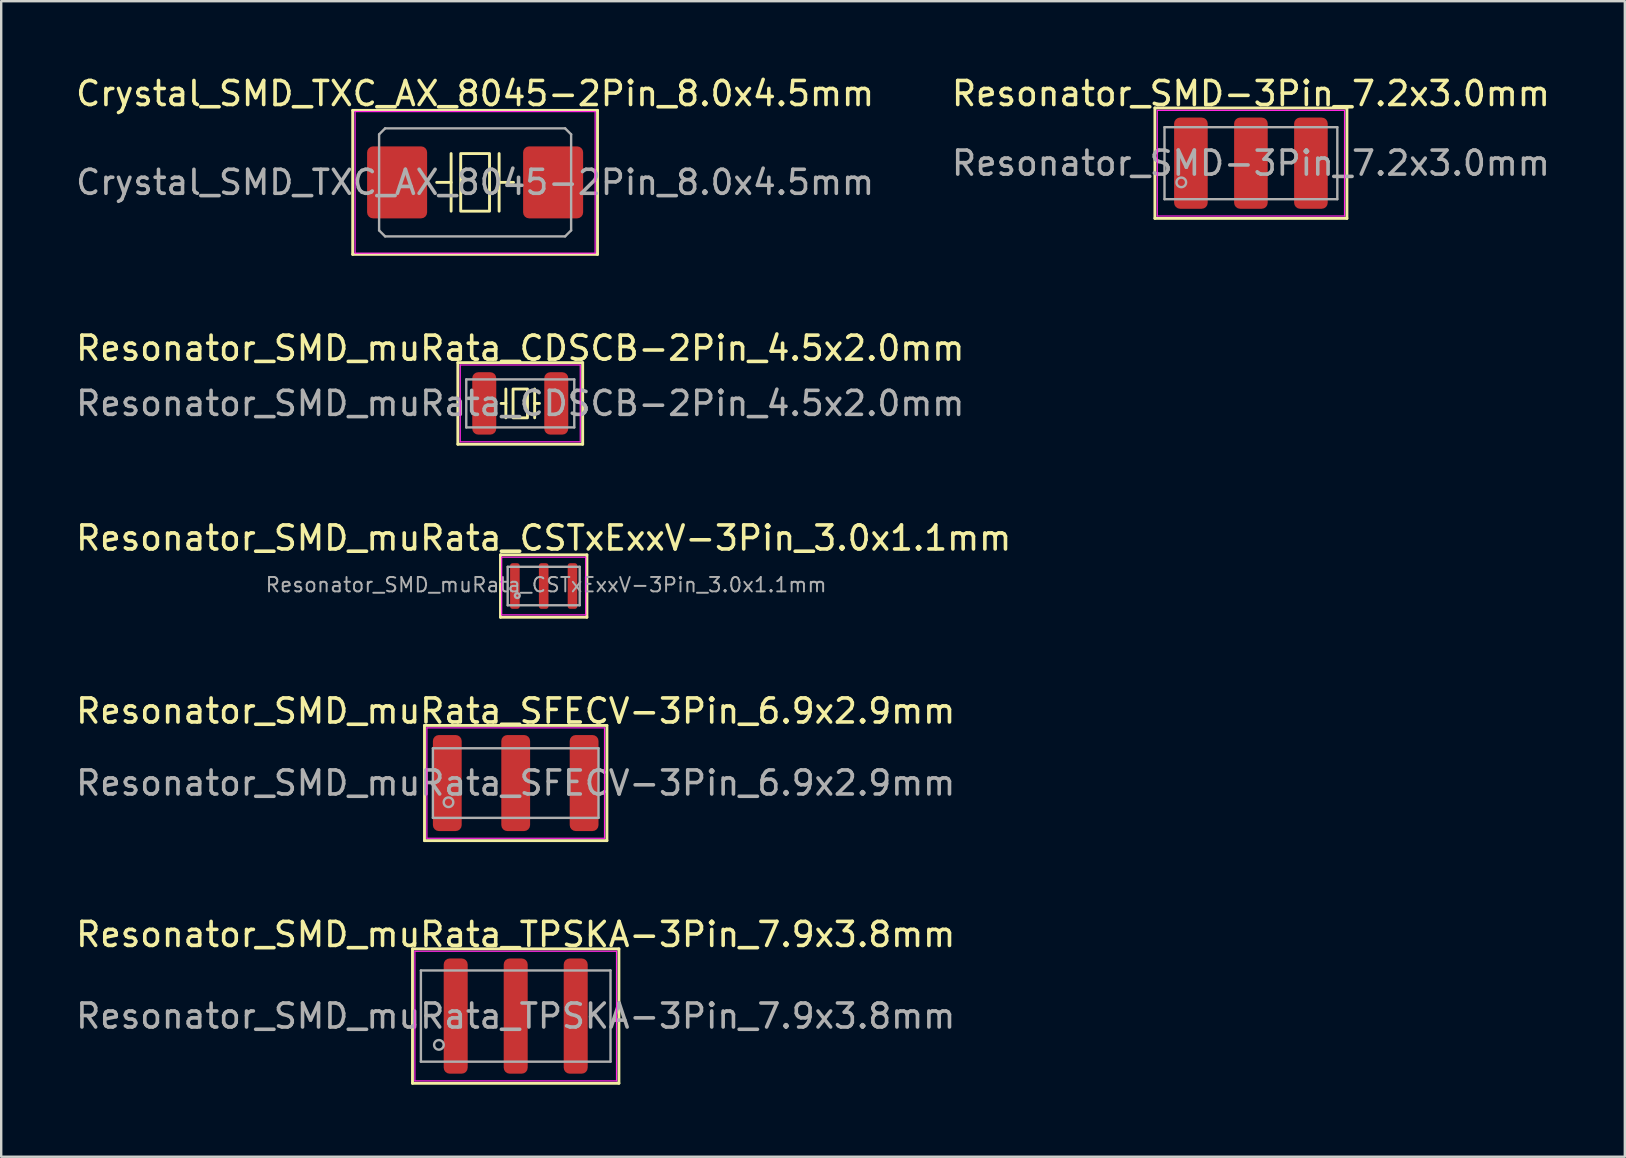
<source format=kicad_pcb>
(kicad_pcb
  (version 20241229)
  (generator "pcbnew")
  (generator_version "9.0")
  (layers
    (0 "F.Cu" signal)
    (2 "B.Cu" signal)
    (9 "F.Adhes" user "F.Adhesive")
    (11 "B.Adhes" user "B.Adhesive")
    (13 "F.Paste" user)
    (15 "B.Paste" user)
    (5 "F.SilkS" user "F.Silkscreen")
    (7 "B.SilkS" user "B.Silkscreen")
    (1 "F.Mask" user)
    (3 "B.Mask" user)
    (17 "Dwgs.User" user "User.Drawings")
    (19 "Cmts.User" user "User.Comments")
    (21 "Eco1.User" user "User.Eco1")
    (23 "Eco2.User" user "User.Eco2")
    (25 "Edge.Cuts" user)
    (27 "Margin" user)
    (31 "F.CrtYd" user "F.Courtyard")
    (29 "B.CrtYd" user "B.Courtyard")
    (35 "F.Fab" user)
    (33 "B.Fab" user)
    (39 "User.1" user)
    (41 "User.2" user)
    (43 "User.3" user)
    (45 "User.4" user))
  (footprint "Resonator_SMD-3Pin_7.2x3.0mm"
    (layer "F.Cu")
    (at 49.065 3.748)
    (property "Reference" "Resonator_SMD-3Pin_7.2x3.0mm" (at 0 -2.9 0) (layer "F.SilkS") (effects (font (size 1 1) (thickness 0.15))))
    (attr smd)
    (fp_line (start -4 -2.3) (end -4 2.3) (stroke (width 0.12) (type solid)) (layer "F.SilkS"))
    (fp_line (start -4 2.3) (end 4 2.3) (stroke (width 0.12) (type solid)) (layer "F.SilkS"))
    (fp_line (start 4 -2.3) (end -4 -2.3) (stroke (width 0.12) (type solid)) (layer "F.SilkS"))
    (fp_line (start 4 2.3) (end 4 -2.3) (stroke (width 0.12) (type solid)) (layer "F.SilkS"))
    (fp_line (start -3.9 -2.2) (end -3.9 2.2) (stroke (width 0.05) (type solid)) (layer "F.CrtYd"))
    (fp_line (start -3.9 2.2) (end 3.9 2.2) (stroke (width 0.05) (type solid)) (layer "F.CrtYd"))
    (fp_line (start 3.9 -2.2) (end -3.9 -2.2) (stroke (width 0.05) (type solid)) (layer "F.CrtYd"))
    (fp_line (start 3.9 2.2) (end 3.9 -2.2) (stroke (width 0.05) (type solid)) (layer "F.CrtYd"))
    (fp_line (start -3.6 -1.5) (end -3.6 1.5) (stroke (width 0.1) (type solid)) (layer "F.Fab"))
    (fp_line (start -3.6 1.5) (end 3.6 1.5) (stroke (width 0.1) (type solid)) (layer "F.Fab"))
    (fp_line (start 3.6 -1.5) (end -3.6 -1.5) (stroke (width 0.1) (type solid)) (layer "F.Fab"))
    (fp_line (start 3.6 1.5) (end 3.6 -1.5) (stroke (width 0.1) (type solid)) (layer "F.Fab"))
    (fp_circle (center -2.9 0.8) (end -2.7 0.8) (stroke (width 0.1) (type solid)) (fill no) (layer "F.Fab"))
    (fp_text user "${REFERENCE}" (at 0 0 0) (layer "F.Fab") (effects (font (size 1 1) (thickness 0.15))))
    (pad "1" smd roundrect (at -2.5 0) (size 1.4 3.8) (layers "F.Cu" "F.Mask" "F.Paste") (roundrect_rratio 0.179))
    (pad "2" smd roundrect (at 0 0) (size 1.4 3.8) (layers "F.Cu" "F.Mask" "F.Paste") (roundrect_rratio 0.179))
    (pad "3" smd roundrect (at 2.5 0) (size 1.4 3.8) (layers "F.Cu" "F.Mask" "F.Paste") (roundrect_rratio 0.179)))
  (footprint "Resonator_SMD_muRata_TPSKA-3Pin_7.9x3.8mm"
    (layer "F.Cu")
    (at 18.435 39.281)
    (property "Reference" "Resonator_SMD_muRata_TPSKA-3Pin_7.9x3.8mm" (at 0 -3.4 0) (layer "F.SilkS") (effects (font (size 1 1) (thickness 0.15))))
    (attr smd)
    (fp_line (start -4.3 -2.8) (end -4.3 2.8) (stroke (width 0.12) (type solid)) (layer "F.SilkS"))
    (fp_line (start -4.3 2.8) (end 4.3 2.8) (stroke (width 0.12) (type solid)) (layer "F.SilkS"))
    (fp_line (start 4.3 -2.8) (end -4.3 -2.8) (stroke (width 0.12) (type solid)) (layer "F.SilkS"))
    (fp_line (start 4.3 2.8) (end 4.3 -2.8) (stroke (width 0.12) (type solid)) (layer "F.SilkS"))
    (fp_line (start -4.2 -2.7) (end -4.2 2.7) (stroke (width 0.05) (type solid)) (layer "F.CrtYd"))
    (fp_line (start -4.2 2.7) (end 4.2 2.7) (stroke (width 0.05) (type solid)) (layer "F.CrtYd"))
    (fp_line (start 4.2 -2.7) (end -4.2 -2.7) (stroke (width 0.05) (type solid)) (layer "F.CrtYd"))
    (fp_line (start 4.2 2.7) (end 4.2 -2.7) (stroke (width 0.05) (type solid)) (layer "F.CrtYd"))
    (fp_line (start -3.95 -1.9) (end -3.95 1.9) (stroke (width 0.1) (type solid)) (layer "F.Fab"))
    (fp_line (start -3.95 1.9) (end 3.95 1.9) (stroke (width 0.1) (type solid)) (layer "F.Fab"))
    (fp_line (start 3.95 -1.9) (end -3.95 -1.9) (stroke (width 0.1) (type solid)) (layer "F.Fab"))
    (fp_line (start 3.95 1.9) (end 3.95 -1.9) (stroke (width 0.1) (type solid)) (layer "F.Fab"))
    (fp_circle (center -3.2 1.2) (end -3 1.2) (stroke (width 0.1) (type solid)) (fill no) (layer "F.Fab"))
    (fp_text user "${REFERENCE}" (at 0 0 0) (layer "F.Fab") (effects (font (size 1 1) (thickness 0.15))))
    (pad "1" smd roundrect (at -2.5 0) (size 1 4.8) (layers "F.Cu" "F.Mask" "F.Paste") (roundrect_rratio 0.25))
    (pad "2" smd roundrect (at 0 0) (size 1 4.8) (layers "F.Cu" "F.Mask" "F.Paste") (roundrect_rratio 0.25))
    (pad "3" smd roundrect (at 2.5 0) (size 1 4.8) (layers "F.Cu" "F.Mask" "F.Paste") (roundrect_rratio 0.25)))
  (footprint "Resonator_SMD_muRata_CDSCB-2Pin_4.5x2.0mm"
    (layer "F.Cu")
    (at 18.625 13.757)
    (property "Reference" "Resonator_SMD_muRata_CDSCB-2Pin_4.5x2.0mm" (at 0 -2.3 0) (layer "F.SilkS") (effects (font (size 1 1) (thickness 0.15))))
    (attr smd)
    (fp_line (start -2.6 -1.7) (end -2.6 1.7) (stroke (width 0.12) (type solid)) (layer "F.SilkS"))
    (fp_line (start -2.6 1.7) (end 2.6 1.7) (stroke (width 0.12) (type solid)) (layer "F.SilkS"))
    (fp_line (start -0.6 -0.6) (end -0.6 0.6) (stroke (width 0.12) (type solid)) (layer "F.SilkS"))
    (fp_line (start -0.6 0) (end -0.8 0) (stroke (width 0.12) (type solid)) (layer "F.SilkS"))
    (fp_line (start 0.6 -0.6) (end 0.6 0.6) (stroke (width 0.12) (type solid)) (layer "F.SilkS"))
    (fp_line (start 0.6 0) (end 0.8 0) (stroke (width 0.12) (type solid)) (layer "F.SilkS"))
    (fp_line (start 2.6 -1.7) (end -2.6 -1.7) (stroke (width 0.12) (type solid)) (layer "F.SilkS"))
    (fp_line (start 2.6 1.7) (end 2.6 -1.7) (stroke (width 0.12) (type solid)) (layer "F.SilkS"))
    (fp_rect (start -0.3 -0.6) (end 0.3 0.6) (stroke (width 0.12) (type solid)) (fill no) (layer "F.SilkS"))
    (fp_line (start -2.5 -1.6) (end -2.5 1.6) (stroke (width 0.05) (type solid)) (layer "F.CrtYd"))
    (fp_line (start -2.5 1.6) (end 2.5 1.6) (stroke (width 0.05) (type solid)) (layer "F.CrtYd"))
    (fp_line (start 2.5 -1.6) (end -2.5 -1.6) (stroke (width 0.05) (type solid)) (layer "F.CrtYd"))
    (fp_line (start 2.5 1.6) (end 2.5 -1.6) (stroke (width 0.05) (type solid)) (layer "F.CrtYd"))
    (fp_line (start -2.25 -1) (end -2.25 1) (stroke (width 0.1) (type solid)) (layer "F.Fab"))
    (fp_line (start -2.25 1) (end 2.25 1) (stroke (width 0.1) (type solid)) (layer "F.Fab"))
    (fp_line (start 2.25 -1) (end -2.25 -1) (stroke (width 0.1) (type solid)) (layer "F.Fab"))
    (fp_line (start 2.25 1) (end 2.25 -1) (stroke (width 0.1) (type solid)) (layer "F.Fab"))
    (fp_text user "${REFERENCE}" (at 0 0 0) (layer "F.Fab") (effects (font (size 1 1) (thickness 0.15))))
    (pad "1" smd roundrect (at -1.5 0) (size 1 2.6) (layers "F.Cu" "F.Mask" "F.Paste") (roundrect_rratio 0.25))
    (pad "2" smd roundrect (at 1.5 0) (size 1 2.6) (layers "F.Cu" "F.Mask" "F.Paste") (roundrect_rratio 0.25)))
  (footprint "Resonator_SMD_muRata_SFECV-3Pin_6.9x2.9mm"
    (layer "F.Cu")
    (at 18.435 29.573)
    (property "Reference" "Resonator_SMD_muRata_SFECV-3Pin_6.9x2.9mm" (at 0 -3 0) (layer "F.SilkS") (effects (font (size 1 1) (thickness 0.15))))
    (attr smd)
    (fp_line (start -3.8 -2.4) (end -3.8 2.4) (stroke (width 0.12) (type solid)) (layer "F.SilkS"))
    (fp_line (start -3.8 2.4) (end 3.8 2.4) (stroke (width 0.12) (type solid)) (layer "F.SilkS"))
    (fp_line (start 3.8 -2.4) (end -3.8 -2.4) (stroke (width 0.12) (type solid)) (layer "F.SilkS"))
    (fp_line (start 3.8 2.4) (end 3.8 -2.4) (stroke (width 0.12) (type solid)) (layer "F.SilkS"))
    (fp_line (start -3.7 -2.3) (end -3.7 2.3) (stroke (width 0.05) (type solid)) (layer "F.CrtYd"))
    (fp_line (start -3.7 2.3) (end 3.7 2.3) (stroke (width 0.05) (type solid)) (layer "F.CrtYd"))
    (fp_line (start 3.7 -2.3) (end -3.7 -2.3) (stroke (width 0.05) (type solid)) (layer "F.CrtYd"))
    (fp_line (start 3.7 2.3) (end 3.7 -2.3) (stroke (width 0.05) (type solid)) (layer "F.CrtYd"))
    (fp_line (start -3.45 -1.45) (end -3.45 1.45) (stroke (width 0.1) (type solid)) (layer "F.Fab"))
    (fp_line (start -3.45 1.45) (end 3.45 1.45) (stroke (width 0.1) (type solid)) (layer "F.Fab"))
    (fp_line (start 3.45 -1.45) (end -3.45 -1.45) (stroke (width 0.1) (type solid)) (layer "F.Fab"))
    (fp_line (start 3.45 1.45) (end 3.45 -1.45) (stroke (width 0.1) (type solid)) (layer "F.Fab"))
    (fp_circle (center -2.8 0.8) (end -2.6 0.8) (stroke (width 0.1) (type solid)) (fill no) (layer "F.Fab"))
    (fp_text user "${REFERENCE}" (at 0 0 0) (layer "F.Fab") (effects (font (size 1 1) (thickness 0.15))))
    (pad "1" smd roundrect (at -2.85 0) (size 1.2 4) (layers "F.Cu" "F.Mask" "F.Paste") (roundrect_rratio 0.208))
    (pad "2" smd roundrect (at 0 0) (size 1.2 4) (layers "F.Cu" "F.Mask" "F.Paste") (roundrect_rratio 0.208))
    (pad "3" smd roundrect (at 2.85 0) (size 1.2 4) (layers "F.Cu" "F.Mask" "F.Paste") (roundrect_rratio 0.208)))
  (footprint "Resonator_SMD_muRata_CSTxExxV-3Pin_3.0x1.1mm"
    (layer "F.Cu")
    (at 19.601 21.365)
    (property "Reference" "Resonator_SMD_muRata_CSTxExxV-3Pin_3.0x1.1mm" (at 0 -2 0) (layer "F.SilkS") (effects (font (size 1 1) (thickness 0.15))))
    (attr smd)
    (fp_line (start -1.8 -1.3) (end -1.8 1.3) (stroke (width 0.12) (type solid)) (layer "F.SilkS"))
    (fp_line (start -1.8 1.3) (end 1.8 1.3) (stroke (width 0.12) (type solid)) (layer "F.SilkS"))
    (fp_line (start 1.8 -1.3) (end -1.8 -1.3) (stroke (width 0.12) (type solid)) (layer "F.SilkS"))
    (fp_line (start 1.8 1.3) (end 1.8 -1.3) (stroke (width 0.12) (type solid)) (layer "F.SilkS"))
    (fp_line (start -1.75 -1.2) (end 1.75 -1.2) (stroke (width 0.05) (type solid)) (layer "F.CrtYd"))
    (fp_line (start -1.75 1.2) (end -1.75 -1.2) (stroke (width 0.05) (type solid)) (layer "F.CrtYd"))
    (fp_line (start 1.75 -1.2) (end 1.75 1.2) (stroke (width 0.05) (type solid)) (layer "F.CrtYd"))
    (fp_line (start 1.75 1.2) (end -1.75 1.2) (stroke (width 0.05) (type solid)) (layer "F.CrtYd"))
    (fp_line (start -1.5 0.8) (end -1.5 -0.8) (stroke (width 0.1) (type solid)) (layer "F.Fab"))
    (fp_line (start -1.5 0.8) (end 1.5 0.8) (stroke (width 0.1) (type solid)) (layer "F.Fab"))
    (fp_line (start 1.5 -0.8) (end -1.5 -0.8) (stroke (width 0.1) (type solid)) (layer "F.Fab"))
    (fp_line (start 1.5 0.8) (end 1.5 -0.8) (stroke (width 0.1) (type solid)) (layer "F.Fab"))
    (fp_circle (center -1.1 0.4) (end -1 0.4) (stroke (width 0.1) (type solid)) (fill no) (layer "F.Fab"))
    (fp_text user "${REFERENCE}" (at 0.1 -0.05 0) (layer "F.Fab") (effects (font (size 0.6 0.6) (thickness 0.08))))
    (pad "1" smd roundrect (at -1.2 0) (size 0.4 1.9) (layers "F.Cu" "F.Mask" "F.Paste") (roundrect_rratio 0.25))
    (pad "2" smd roundrect (at 0 0) (size 0.4 1.9) (layers "F.Cu" "F.Mask" "F.Paste") (roundrect_rratio 0.25))
    (pad "3" smd roundrect (at 1.2 0) (size 0.4 1.9) (layers "F.Cu" "F.Mask" "F.Paste") (roundrect_rratio 0.25)))
  (footprint "Crystal_SMD_TXC_AX_8045-2Pin_8.0x4.5mm"
    (layer "F.Cu")
    (at 16.744 4.548)
    (property "Reference" "Crystal_SMD_TXC_AX_8045-2Pin_8.0x4.5mm" (at 0 -3.7 0) (layer "F.SilkS") (effects (font (size 1 1) (thickness 0.15))))
    (attr smd)
    (fp_line (start -5.1 -3) (end -5.1 3) (stroke (width 0.12) (type solid)) (layer "F.SilkS"))
    (fp_line (start -5.1 3) (end 5.1 3) (stroke (width 0.12) (type solid)) (layer "F.SilkS"))
    (fp_line (start -1 -1.2) (end -1 1.2) (stroke (width 0.12) (type solid)) (layer "F.SilkS"))
    (fp_line (start -1 0) (end -1.6 0) (stroke (width 0.12) (type solid)) (layer "F.SilkS"))
    (fp_line (start 1 -1.2) (end 1 1.2) (stroke (width 0.12) (type solid)) (layer "F.SilkS"))
    (fp_line (start 1 0) (end 1.6 0) (stroke (width 0.12) (type solid)) (layer "F.SilkS"))
    (fp_line (start 5.1 -3) (end -5.1 -3) (stroke (width 0.12) (type solid)) (layer "F.SilkS"))
    (fp_line (start 5.1 3) (end 5.1 -3) (stroke (width 0.12) (type solid)) (layer "F.SilkS"))
    (fp_rect (start -0.6 -1.2) (end 0.6 1.2) (stroke (width 0.12) (type solid)) (fill no) (layer "F.SilkS"))
    (fp_line (start -5 -2.95) (end -5 2.95) (stroke (width 0.05) (type solid)) (layer "F.CrtYd"))
    (fp_line (start -5 2.95) (end 5 2.95) (stroke (width 0.05) (type solid)) (layer "F.CrtYd"))
    (fp_line (start 5 -2.95) (end -5 -2.95) (stroke (width 0.05) (type solid)) (layer "F.CrtYd"))
    (fp_line (start 5 2.95) (end 5 -2.95) (stroke (width 0.05) (type solid)) (layer "F.CrtYd"))
    (fp_line (start -4 -2) (end -3.75 -2.25) (stroke (width 0.1) (type solid)) (layer "F.Fab"))
    (fp_line (start -4 2) (end -4 -2) (stroke (width 0.1) (type solid)) (layer "F.Fab"))
    (fp_line (start -3.75 -2.25) (end 3.75 -2.25) (stroke (width 0.1) (type solid)) (layer "F.Fab"))
    (fp_line (start -3.75 2.25) (end -4 2) (stroke (width 0.1) (type solid)) (layer "F.Fab"))
    (fp_line (start 3.75 -2.25) (end 4 -2) (stroke (width 0.1) (type solid)) (layer "F.Fab"))
    (fp_line (start 3.75 2.25) (end -3.75 2.25) (stroke (width 0.1) (type solid)) (layer "F.Fab"))
    (fp_line (start 3.75 2.25) (end 4 2) (stroke (width 0.1) (type solid)) (layer "F.Fab"))
    (fp_line (start 4 -2) (end 4 2) (stroke (width 0.1) (type solid)) (layer "F.Fab"))
    (fp_text user "${REFERENCE}" (at 0 0 0) (layer "F.Fab") (effects (font (size 1 1) (thickness 0.15))))
    (pad "1" smd roundrect (at -3.25 0) (size 2.5 3) (layers "F.Cu" "F.Mask" "F.Paste") (roundrect_rratio 0.1))
    (pad "2" smd roundrect (at 3.25 0) (size 2.5 3) (layers "F.Cu" "F.Mask" "F.Paste") (roundrect_rratio 0.1)))
  (gr_rect
    (start -3 -3)
    (end 64.643 45.141)
    (stroke (width 0.1) (type default))
    (fill no)
    (layer "Edge.Cuts")))
</source>
